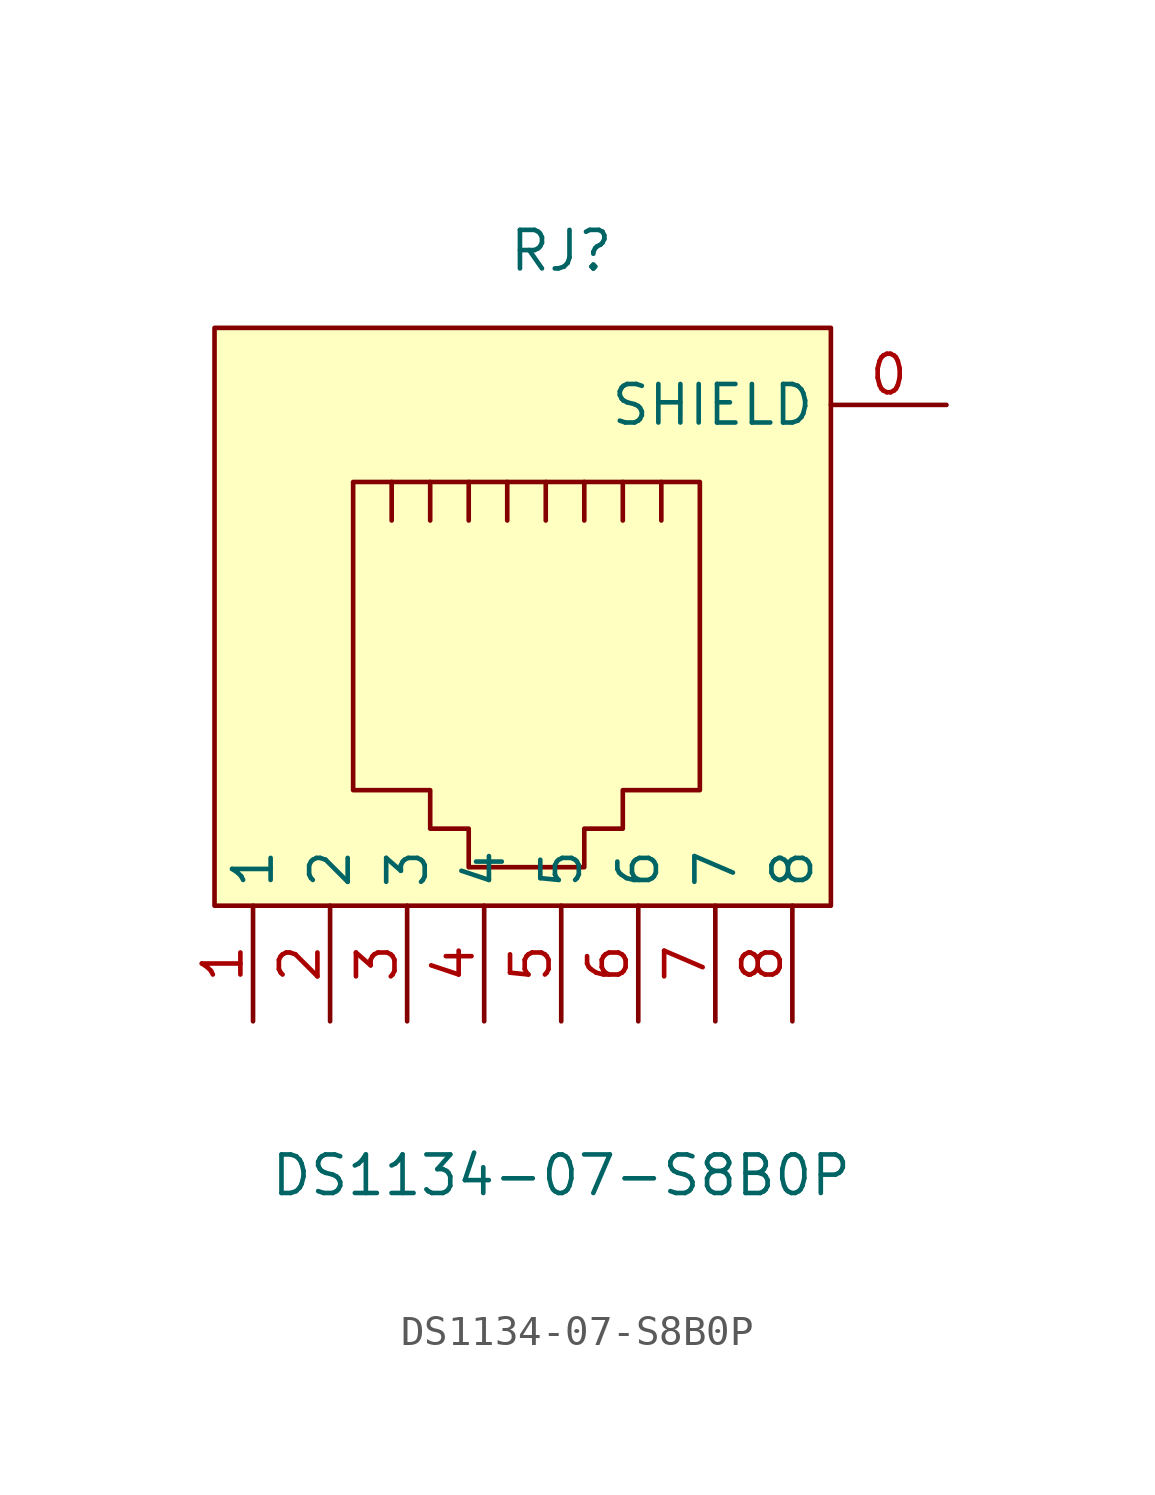
<source format=kicad_sym>
(kicad_symbol_lib
  (version 20211014)
  (generator https://github.com/uPesy/easyeda2kicad.py)
  (symbol "DS1134-07-S8B0P"
    (property "Reference" "RJ"
      (at 0 13.97 0)
      (effects (font (size 1.27 1.27))))
    (property "Value" "DS1134-07-S8B0P"
      (at 0 -16.51 0)
      (effects (font (size 1.27 1.27))))
    (symbol "DS1134-07-S8B0P_0_1"
      (rectangle (start -11.43 11.43) (end 8.89 -7.62) (stroke (width 0) (type default) (color 0 0 0 0)) (fill (type background)))
      (polyline (pts (xy -5.59 5.08) (xy -5.59 6.35) (xy -5.59 6.35)) (stroke (width 0) (type default) (color 0 0 0 0)) (fill (type none)))
      (polyline (pts (xy -4.32 6.35) (xy -4.32 5.08) (xy -4.32 5.08)) (stroke (width 0) (type default) (color 0 0 0 0)) (fill (type none)))
      (polyline (pts (xy -3.05 6.35) (xy -3.05 5.08) (xy -3.05 5.08)) (stroke (width 0) (type default) (color 0 0 0 0)) (fill (type none)))
      (polyline (pts (xy -1.78 6.35) (xy -1.78 5.08) (xy -1.78 5.08)) (stroke (width 0) (type default) (color 0 0 0 0)) (fill (type none)))
      (polyline (pts (xy -0.51 6.35) (xy -0.51 5.08) (xy -0.51 5.08)) (stroke (width 0) (type default) (color 0 0 0 0)) (fill (type none)))
      (polyline (pts (xy 0.76 6.35) (xy 0.76 5.08) (xy 0.76 5.08)) (stroke (width 0) (type default) (color 0 0 0 0)) (fill (type none)))
      (polyline (pts (xy 2.03 5.08) (xy 2.03 6.35) (xy 2.03 6.35)) (stroke (width 0) (type default) (color 0 0 0 0)) (fill (type none)))
      (polyline (pts (xy 3.30 5.08) (xy 3.30 6.35) (xy 3.30 6.35)) (stroke (width 0) (type default) (color 0 0 0 0)) (fill (type none)))
      (polyline (pts (xy -6.86 6.35) (xy 4.57 6.35) (xy 4.57 -3.81) (xy 2.03 -3.81) (xy 2.03 -5.08) (xy 0.76 -5.08) (xy 0.76 -6.35) (xy -3.05 -6.35) (xy -3.05 -5.08) (xy -4.32 -5.08) (xy -4.32 -3.81) (xy -6.86 -3.81) (xy -6.86 6.35) (xy -6.86 6.35)) (stroke (width 0) (type default) (color 0 0 0 0)) (fill (type background)))
      (pin unspecified line (at -10.16 -11.43 90) (length 3.81) (name "1" (effects (font (size 1.27 1.27)))) (number "1" (effects (font (size 1.27 1.27)))))
      (pin unspecified line (at -7.62 -11.43 90) (length 3.81) (name "2" (effects (font (size 1.27 1.27)))) (number "2" (effects (font (size 1.27 1.27)))))
      (pin unspecified line (at -5.08 -11.43 90) (length 3.81) (name "3" (effects (font (size 1.27 1.27)))) (number "3" (effects (font (size 1.27 1.27)))))
      (pin unspecified line (at -2.54 -11.43 90) (length 3.81) (name "4" (effects (font (size 1.27 1.27)))) (number "4" (effects (font (size 1.27 1.27)))))
      (pin unspecified line (at 0.00 -11.43 90) (length 3.81) (name "5" (effects (font (size 1.27 1.27)))) (number "5" (effects (font (size 1.27 1.27)))))
      (pin unspecified line (at 2.54 -11.43 90) (length 3.81) (name "6" (effects (font (size 1.27 1.27)))) (number "6" (effects (font (size 1.27 1.27)))))
      (pin unspecified line (at 5.08 -11.43 90) (length 3.81) (name "7" (effects (font (size 1.27 1.27)))) (number "7" (effects (font (size 1.27 1.27)))))
      (pin unspecified line (at 7.62 -11.43 90) (length 3.81) (name "8" (effects (font (size 1.27 1.27)))) (number "8" (effects (font (size 1.27 1.27)))))
      (pin unspecified line (at 12.70 8.89 180) (length 3.81) (name "SHIELD" (effects (font (size 1.27 1.27)))) (number "0" (effects (font (size 1.27 1.27))))))))
</source>
